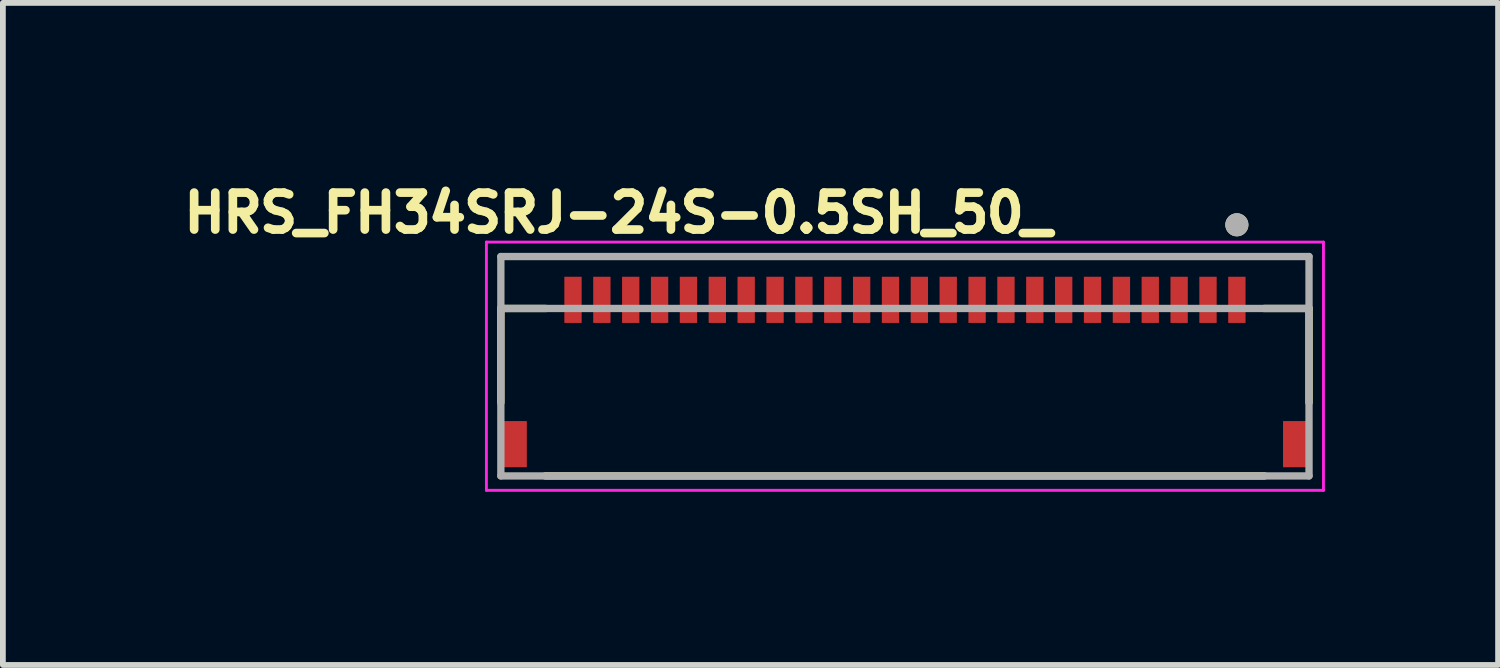
<source format=kicad_pcb>
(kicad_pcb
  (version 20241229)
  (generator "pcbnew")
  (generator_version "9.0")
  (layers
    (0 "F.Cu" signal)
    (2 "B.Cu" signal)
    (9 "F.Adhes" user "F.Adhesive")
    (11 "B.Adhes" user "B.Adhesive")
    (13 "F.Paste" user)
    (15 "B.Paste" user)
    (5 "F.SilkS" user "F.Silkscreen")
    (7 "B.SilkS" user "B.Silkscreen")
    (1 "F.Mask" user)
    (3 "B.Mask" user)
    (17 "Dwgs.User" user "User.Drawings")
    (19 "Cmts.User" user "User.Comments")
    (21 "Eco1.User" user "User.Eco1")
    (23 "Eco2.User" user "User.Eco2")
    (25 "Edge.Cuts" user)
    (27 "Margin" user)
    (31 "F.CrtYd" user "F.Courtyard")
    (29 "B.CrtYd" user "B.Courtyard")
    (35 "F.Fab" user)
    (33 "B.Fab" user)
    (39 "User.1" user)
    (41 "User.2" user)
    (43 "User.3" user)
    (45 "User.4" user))
  (footprint "HRS_FH34SRJ-24S-0.5SH_50_"
    (layer "F.Cu")
    (at 12.626 3.394)
    (property "Reference" "HRS_FH34SRJ-24S-0.5SH_50_" (at -4.968 -2.756 0) (layer "F.SilkS") (effects (font (size 0.64 0.64) (thickness 0.15))))
    (attr smd)
    (fp_line (start -7 -1.1) (end -7 0.53) (stroke (width 0.127) (type solid)) (layer "F.SilkS"))
    (fp_line (start -6.23 1.8) (end 6.23 1.8) (stroke (width 0.127) (type solid)) (layer "F.SilkS"))
    (fp_line (start -6.22 -1.1) (end -7 -1.1) (stroke (width 0.127) (type solid)) (layer "F.SilkS"))
    (fp_line (start 6.22 -1.1) (end 7 -1.1) (stroke (width 0.127) (type solid)) (layer "F.SilkS"))
    (fp_line (start 7 -1.1) (end 7 0.53) (stroke (width 0.127) (type solid)) (layer "F.SilkS"))
    (fp_circle (center 5.75 -2.55) (end 5.85 -2.55) (stroke (width 0.2) (type solid)) (fill no) (layer "F.SilkS"))
    (fp_poly (pts (xy -5.875 -1.65) (xy -5.625 -1.65) (xy -5.625 -1) (xy -5.875 -1)) (stroke (width 0.01) (type solid)) (fill yes) (layer "F.Paste"))
    (fp_poly (pts (xy -5.375 -1.65) (xy -5.125 -1.65) (xy -5.125 -1) (xy -5.375 -1)) (stroke (width 0.01) (type solid)) (fill yes) (layer "F.Paste"))
    (fp_poly (pts (xy -4.875 -1.65) (xy -4.625 -1.65) (xy -4.625 -1) (xy -4.875 -1)) (stroke (width 0.01) (type solid)) (fill yes) (layer "F.Paste"))
    (fp_poly (pts (xy -4.375 -1.65) (xy -4.125 -1.65) (xy -4.125 -1) (xy -4.375 -1)) (stroke (width 0.01) (type solid)) (fill yes) (layer "F.Paste"))
    (fp_poly (pts (xy -3.875 -1.65) (xy -3.625 -1.65) (xy -3.625 -1) (xy -3.875 -1)) (stroke (width 0.01) (type solid)) (fill yes) (layer "F.Paste"))
    (fp_poly (pts (xy -3.375 -1.65) (xy -3.125 -1.65) (xy -3.125 -1) (xy -3.375 -1)) (stroke (width 0.01) (type solid)) (fill yes) (layer "F.Paste"))
    (fp_poly (pts (xy -2.875 -1.65) (xy -2.625 -1.65) (xy -2.625 -1) (xy -2.875 -1)) (stroke (width 0.01) (type solid)) (fill yes) (layer "F.Paste"))
    (fp_poly (pts (xy -2.375 -1.65) (xy -2.125 -1.65) (xy -2.125 -1) (xy -2.375 -1)) (stroke (width 0.01) (type solid)) (fill yes) (layer "F.Paste"))
    (fp_poly (pts (xy -1.875 -1.65) (xy -1.625 -1.65) (xy -1.625 -1) (xy -1.875 -1)) (stroke (width 0.01) (type solid)) (fill yes) (layer "F.Paste"))
    (fp_poly (pts (xy -1.375 -1.65) (xy -1.125 -1.65) (xy -1.125 -1) (xy -1.375 -1)) (stroke (width 0.01) (type solid)) (fill yes) (layer "F.Paste"))
    (fp_poly (pts (xy -0.875 -1.65) (xy -0.625 -1.65) (xy -0.625 -1) (xy -0.875 -1)) (stroke (width 0.01) (type solid)) (fill yes) (layer "F.Paste"))
    (fp_poly (pts (xy -0.375 -1.65) (xy -0.125 -1.65) (xy -0.125 -1) (xy -0.375 -1)) (stroke (width 0.01) (type solid)) (fill yes) (layer "F.Paste"))
    (fp_poly (pts (xy 0.125 -1.65) (xy 0.375 -1.65) (xy 0.375 -1) (xy 0.125 -1)) (stroke (width 0.01) (type solid)) (fill yes) (layer "F.Paste"))
    (fp_poly (pts (xy 0.625 -1.65) (xy 0.875 -1.65) (xy 0.875 -1) (xy 0.625 -1)) (stroke (width 0.01) (type solid)) (fill yes) (layer "F.Paste"))
    (fp_poly (pts (xy 1.125 -1.65) (xy 1.375 -1.65) (xy 1.375 -1) (xy 1.125 -1)) (stroke (width 0.01) (type solid)) (fill yes) (layer "F.Paste"))
    (fp_poly (pts (xy 1.625 -1.65) (xy 1.875 -1.65) (xy 1.875 -1) (xy 1.625 -1)) (stroke (width 0.01) (type solid)) (fill yes) (layer "F.Paste"))
    (fp_poly (pts (xy 2.125 -1.65) (xy 2.375 -1.65) (xy 2.375 -1) (xy 2.125 -1)) (stroke (width 0.01) (type solid)) (fill yes) (layer "F.Paste"))
    (fp_poly (pts (xy 2.625 -1.65) (xy 2.875 -1.65) (xy 2.875 -1) (xy 2.625 -1)) (stroke (width 0.01) (type solid)) (fill yes) (layer "F.Paste"))
    (fp_poly (pts (xy 3.125 -1.65) (xy 3.375 -1.65) (xy 3.375 -1) (xy 3.125 -1)) (stroke (width 0.01) (type solid)) (fill yes) (layer "F.Paste"))
    (fp_poly (pts (xy 3.625 -1.65) (xy 3.875 -1.65) (xy 3.875 -1) (xy 3.625 -1)) (stroke (width 0.01) (type solid)) (fill yes) (layer "F.Paste"))
    (fp_poly (pts (xy 4.125 -1.65) (xy 4.375 -1.65) (xy 4.375 -1) (xy 4.125 -1)) (stroke (width 0.01) (type solid)) (fill yes) (layer "F.Paste"))
    (fp_poly (pts (xy 4.625 -1.65) (xy 4.875 -1.65) (xy 4.875 -1) (xy 4.625 -1)) (stroke (width 0.01) (type solid)) (fill yes) (layer "F.Paste"))
    (fp_poly (pts (xy 5.125 -1.65) (xy 5.375 -1.65) (xy 5.375 -1) (xy 5.125 -1)) (stroke (width 0.01) (type solid)) (fill yes) (layer "F.Paste"))
    (fp_poly (pts (xy 5.625 -1.65) (xy 5.875 -1.65) (xy 5.875 -1) (xy 5.625 -1)) (stroke (width 0.01) (type solid)) (fill yes) (layer "F.Paste"))
    (fp_line (start -7.25 -2.25) (end -7.25 2.05) (stroke (width 0.05) (type solid)) (layer "F.CrtYd"))
    (fp_line (start -7.25 2.05) (end 7.25 2.05) (stroke (width 0.05) (type solid)) (layer "F.CrtYd"))
    (fp_line (start 7.25 -2.25) (end -7.25 -2.25) (stroke (width 0.05) (type solid)) (layer "F.CrtYd"))
    (fp_line (start 7.25 2.05) (end 7.25 -2.25) (stroke (width 0.05) (type solid)) (layer "F.CrtYd"))
    (fp_line (start -7 -2) (end 7 -2) (stroke (width 0.127) (type solid)) (layer "F.Fab"))
    (fp_line (start -7 -1.1) (end -7 -2) (stroke (width 0.127) (type solid)) (layer "F.Fab"))
    (fp_line (start -7 -1.1) (end 7 -1.1) (stroke (width 0.127) (type solid)) (layer "F.Fab"))
    (fp_line (start -7 1.8) (end -7 -1.1) (stroke (width 0.127) (type solid)) (layer "F.Fab"))
    (fp_line (start 7 -2) (end 7 -1.1) (stroke (width 0.127) (type solid)) (layer "F.Fab"))
    (fp_line (start 7 -1.1) (end 7 1.8) (stroke (width 0.127) (type solid)) (layer "F.Fab"))
    (fp_line (start 7 1.8) (end -7 1.8) (stroke (width 0.127) (type solid)) (layer "F.Fab"))
    (fp_circle (center 5.75 -2.55) (end 5.85 -2.55) (stroke (width 0.2) (type solid)) (fill no) (layer "F.Fab"))
    (pad "1" smd rect (at 5.75 -1.25) (size 0.3 0.8) (layers "F.Cu" "F.Mask"))
    (pad "2" smd rect (at 5.25 -1.25) (size 0.3 0.8) (layers "F.Cu" "F.Mask"))
    (pad "3" smd rect (at 4.75 -1.25) (size 0.3 0.8) (layers "F.Cu" "F.Mask"))
    (pad "4" smd rect (at 4.25 -1.25) (size 0.3 0.8) (layers "F.Cu" "F.Mask"))
    (pad "5" smd rect (at 3.75 -1.25) (size 0.3 0.8) (layers "F.Cu" "F.Mask"))
    (pad "6" smd rect (at 3.25 -1.25) (size 0.3 0.8) (layers "F.Cu" "F.Mask"))
    (pad "7" smd rect (at 2.75 -1.25) (size 0.3 0.8) (layers "F.Cu" "F.Mask"))
    (pad "8" smd rect (at 2.25 -1.25) (size 0.3 0.8) (layers "F.Cu" "F.Mask"))
    (pad "9" smd rect (at 1.75 -1.25) (size 0.3 0.8) (layers "F.Cu" "F.Mask"))
    (pad "10" smd rect (at 1.25 -1.25) (size 0.3 0.8) (layers "F.Cu" "F.Mask"))
    (pad "11" smd rect (at 0.75 -1.25) (size 0.3 0.8) (layers "F.Cu" "F.Mask"))
    (pad "12" smd rect (at 0.25 -1.25) (size 0.3 0.8) (layers "F.Cu" "F.Mask"))
    (pad "13" smd rect (at -0.25 -1.25) (size 0.3 0.8) (layers "F.Cu" "F.Mask"))
    (pad "14" smd rect (at -0.75 -1.25) (size 0.3 0.8) (layers "F.Cu" "F.Mask"))
    (pad "15" smd rect (at -1.25 -1.25) (size 0.3 0.8) (layers "F.Cu" "F.Mask"))
    (pad "16" smd rect (at -1.75 -1.25) (size 0.3 0.8) (layers "F.Cu" "F.Mask"))
    (pad "17" smd rect (at -2.25 -1.25) (size 0.3 0.8) (layers "F.Cu" "F.Mask"))
    (pad "18" smd rect (at -2.75 -1.25) (size 0.3 0.8) (layers "F.Cu" "F.Mask"))
    (pad "19" smd rect (at -3.25 -1.25) (size 0.3 0.8) (layers "F.Cu" "F.Mask"))
    (pad "20" smd rect (at -3.75 -1.25) (size 0.3 0.8) (layers "F.Cu" "F.Mask"))
    (pad "21" smd rect (at -4.25 -1.25) (size 0.3 0.8) (layers "F.Cu" "F.Mask"))
    (pad "22" smd rect (at -4.75 -1.25) (size 0.3 0.8) (layers "F.Cu" "F.Mask"))
    (pad "23" smd rect (at -5.25 -1.25) (size 0.3 0.8) (layers "F.Cu" "F.Mask"))
    (pad "24" smd rect (at -5.75 -1.25) (size 0.3 0.8) (layers "F.Cu" "F.Mask"))
    (pad "S1" smd rect (at 6.75 1.25) (size 0.4 0.8) (layers "F.Cu" "F.Mask" "F.Paste"))
    (pad "S2" smd rect (at -6.75 1.25) (size 0.4 0.8) (layers "F.Cu" "F.Mask" "F.Paste")))
  (gr_rect
    (start -3 -3)
    (end 22.901 8.469)
    (stroke (width 0.1) (type default))
    (fill no)
    (layer "Edge.Cuts")))
</source>
